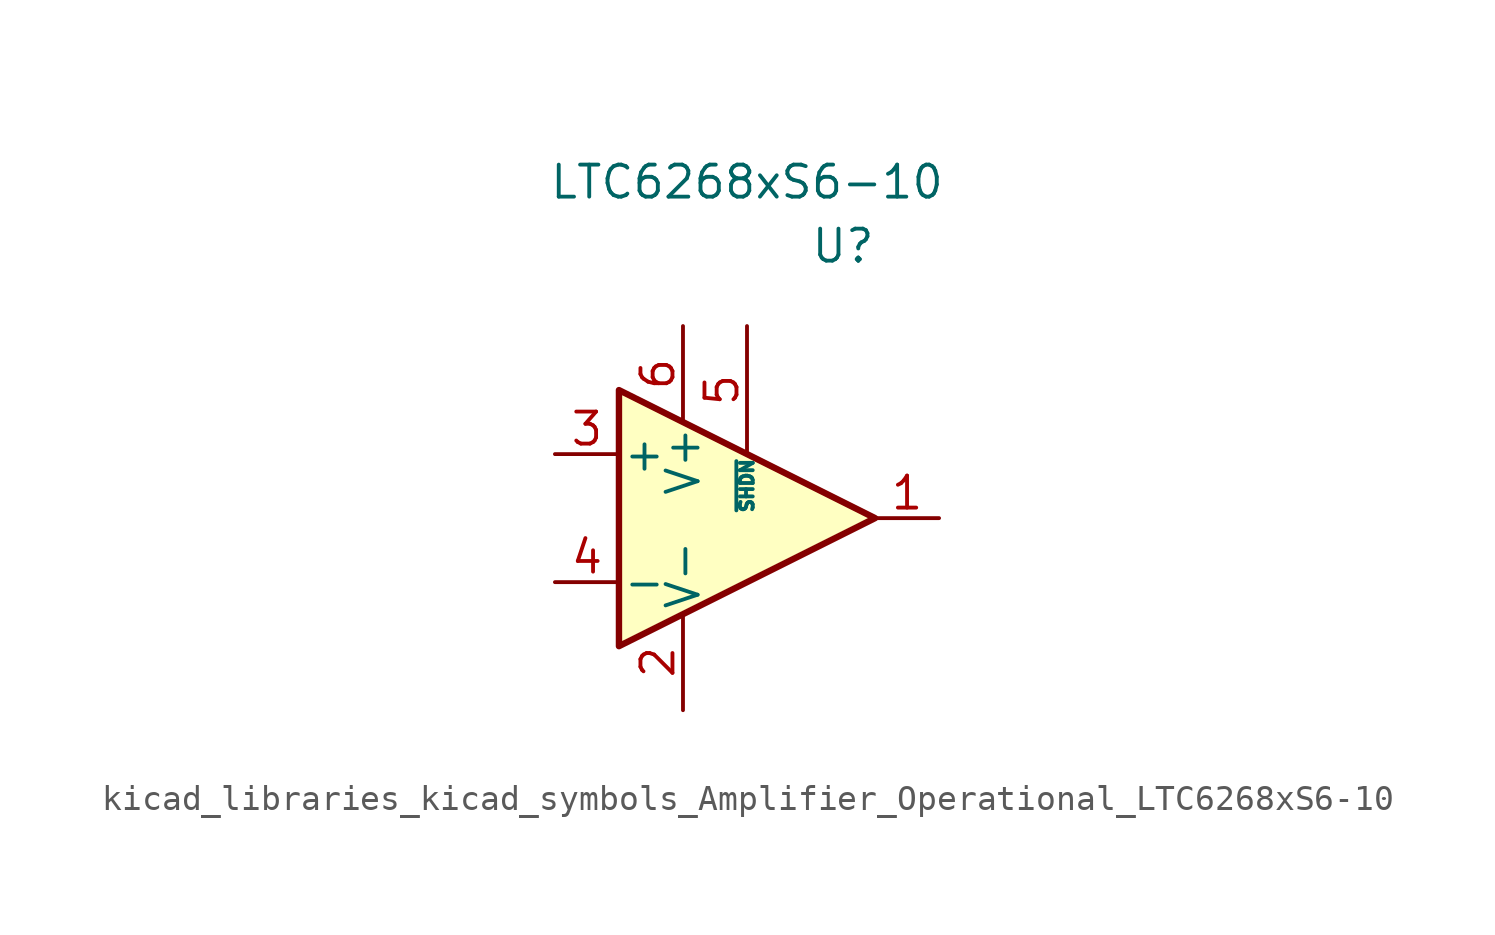
<source format=kicad_sym>
(kicad_symbol_lib
  (version 20220914)
  (generator kicad_symbol_editor)
  (symbol "kicad_libraries_kicad_symbols_Amplifier_Operational_LTC6268xS6-10"
    (pin_names
      (offset 0.127))
    (property "Reference" "U"
      (at 3.81 10.795 0)
      (effects (font (size 1.27 1.27))))
    (property "Value" "LTC6268xS6-10"
      (at 0 13.335 0)
      (effects (font (size 1.27 1.27))))
    (symbol "kicad_libraries_kicad_symbols_Amplifier_Operational_LTC6268xS6-10_1_1"
      (polyline (pts (xy -5.08 5.08) (xy -5.08 -5.08) (xy 5.08 0) (xy -5.08 5.08)) (stroke (width 0.254) (type default)) (fill (type background)))
      (pin output line (at 7.62 0 180) (length 2.54) (name "~" (effects (font (size 1.27 1.27)))) (number "1" (effects (font (size 1.27 1.27)))))
      (pin power_in line (at -2.54 -7.62 90) (length 3.81) (name "V-" (effects (font (size 1.27 1.27)))) (number "2" (effects (font (size 1.27 1.27)))))
      (pin input line (at -7.62 2.54 0) (length 2.54) (name "+" (effects (font (size 1.27 1.27)))) (number "3" (effects (font (size 1.27 1.27)))))
      (pin input line (at -7.62 -2.54 0) (length 2.54) (name "-" (effects (font (size 1.27 1.27)))) (number "4" (effects (font (size 1.27 1.27)))))
      (pin input line (at 0 7.62 270) (length 5.08) (name "~{SHDN}" (effects (font (size 0.508 0.508)))) (number "5" (effects (font (size 1.27 1.27)))))
      (pin power_in line (at -2.54 7.62 270) (length 3.81) (name "V+" (effects (font (size 1.27 1.27)))) (number "6" (effects (font (size 1.27 1.27))))))))
</source>
